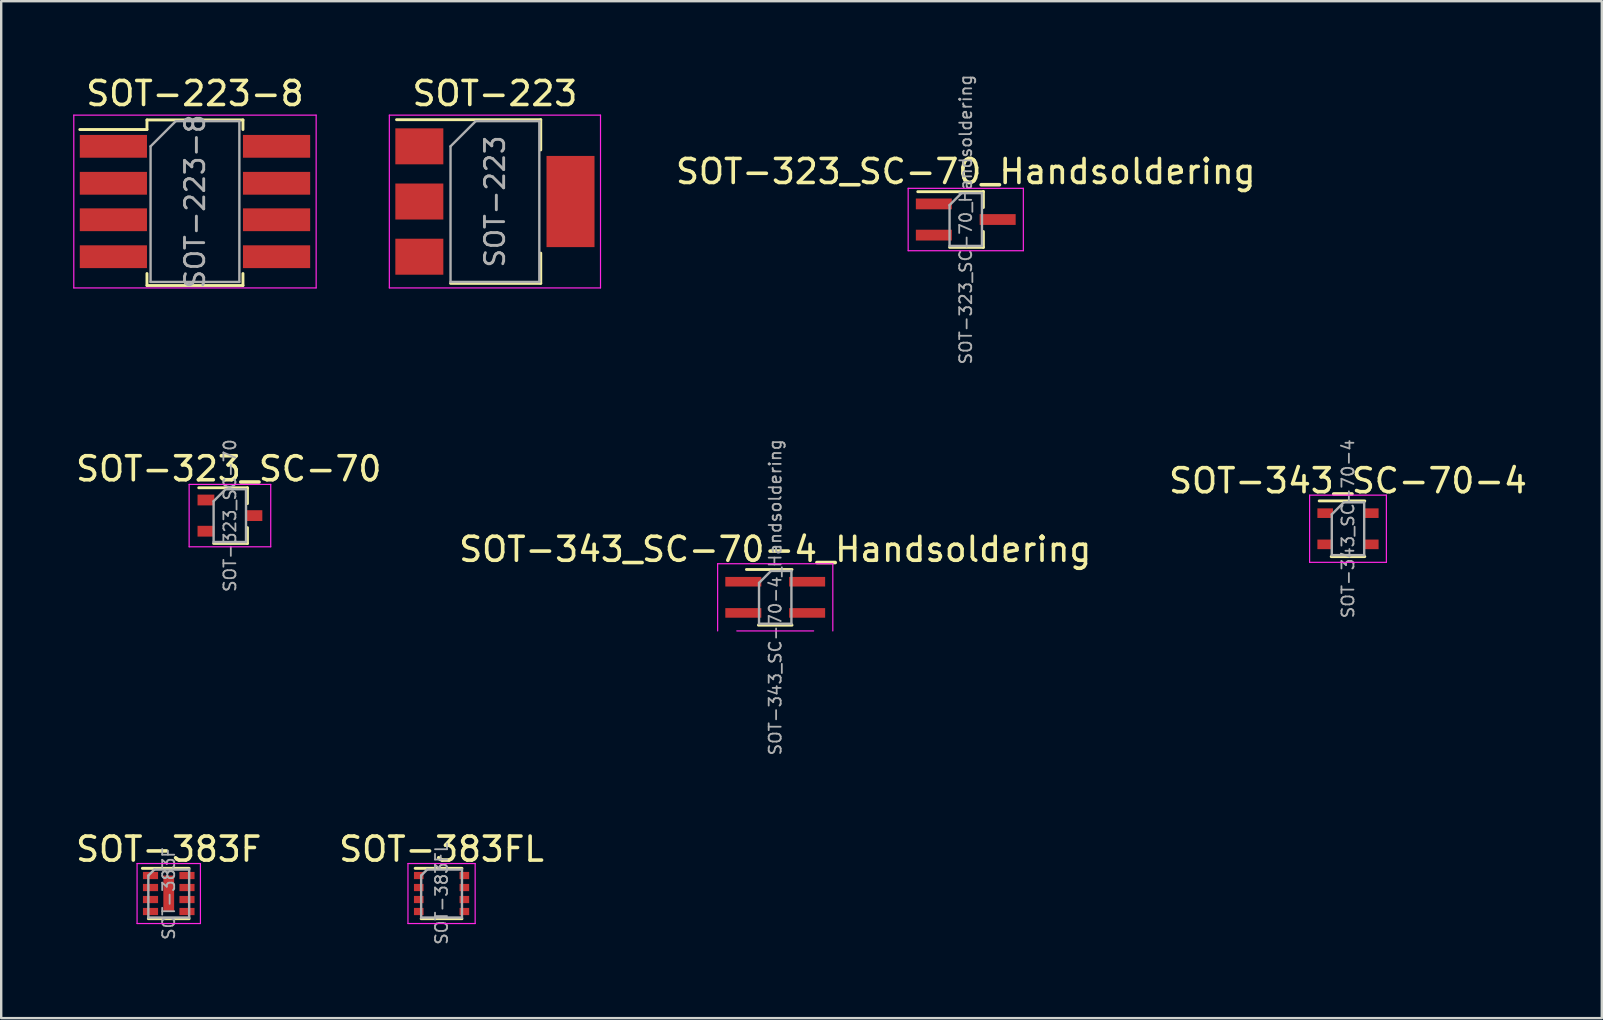
<source format=kicad_pcb>
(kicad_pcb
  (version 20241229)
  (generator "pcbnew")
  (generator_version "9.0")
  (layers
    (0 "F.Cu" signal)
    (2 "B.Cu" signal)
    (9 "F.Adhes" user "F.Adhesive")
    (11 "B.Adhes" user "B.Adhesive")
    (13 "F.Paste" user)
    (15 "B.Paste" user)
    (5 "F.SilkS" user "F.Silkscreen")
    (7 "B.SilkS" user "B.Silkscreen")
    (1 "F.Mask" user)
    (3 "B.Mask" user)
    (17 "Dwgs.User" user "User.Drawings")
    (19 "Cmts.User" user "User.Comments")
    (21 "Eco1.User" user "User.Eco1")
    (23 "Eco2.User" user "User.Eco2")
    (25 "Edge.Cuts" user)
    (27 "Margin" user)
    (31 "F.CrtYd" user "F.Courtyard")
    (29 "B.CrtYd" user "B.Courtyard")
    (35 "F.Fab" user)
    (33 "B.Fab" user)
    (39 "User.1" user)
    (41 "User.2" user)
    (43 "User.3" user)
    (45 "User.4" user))
  (footprint "SOT-343_SC-70-4_Handsoldering"
    (layer "F.Cu")
    (at 29.256 21.842)
    (property "Reference" "SOT-343_SC-70-4_Handsoldering" (at 0 -2 0) (layer "F.SilkS") (effects (font (size 1 1) (thickness 0.15))))
    (attr smd)
    (fp_line (start -0.7 1.16) (end 0.7 1.16) (stroke (width 0.12) (type solid)) (layer "F.SilkS"))
    (fp_line (start 0.7 -1.16) (end -1.2 -1.16) (stroke (width 0.12) (type solid)) (layer "F.SilkS"))
    (fp_line (start -2.4 -1.4) (end -2.4 1.4) (stroke (width 0.05) (type solid)) (layer "F.CrtYd"))
    (fp_line (start -2.4 -1.4) (end 2.4 -1.4) (stroke (width 0.05) (type solid)) (layer "F.CrtYd"))
    (fp_line (start -1.6 1.4) (end 1.6 1.4) (stroke (width 0.05) (type solid)) (layer "F.CrtYd"))
    (fp_line (start 2.4 1.4) (end 2.4 -1.4) (stroke (width 0.05) (type solid)) (layer "F.CrtYd"))
    (fp_line (start -0.675 -0.6) (end -0.675 1.1) (stroke (width 0.1) (type solid)) (layer "F.Fab"))
    (fp_line (start -0.175 -1.1) (end -0.675 -0.6) (stroke (width 0.1) (type solid)) (layer "F.Fab"))
    (fp_line (start 0.675 -1.1) (end -0.175 -1.1) (stroke (width 0.1) (type solid)) (layer "F.Fab"))
    (fp_line (start 0.675 -1.1) (end 0.675 1.1) (stroke (width 0.1) (type solid)) (layer "F.Fab"))
    (fp_line (start 0.675 1.1) (end -0.675 1.1) (stroke (width 0.1) (type solid)) (layer "F.Fab"))
    (fp_text user "${REFERENCE}" (at 0 0 90) (layer "F.Fab") (effects (font (size 0.5 0.5) (thickness 0.075))))
    (pad "1" smd rect (at -1.33 -0.65) (size 1.5 0.4) (layers "F.Cu" "F.Mask" "F.Paste"))
    (pad "2" smd rect (at -1.33 0.65) (size 1.5 0.4) (layers "F.Cu" "F.Mask" "F.Paste"))
    (pad "3" smd rect (at 1.33 0.65) (size 1.5 0.4) (layers "F.Cu" "F.Mask" "F.Paste"))
    (pad "4" smd rect (at 1.33 -0.65) (size 1.5 0.4) (layers "F.Cu" "F.Mask" "F.Paste")))
  (footprint "SOT-383F"
    (layer "F.Cu")
    (at 3.982 34.186)
    (property "Reference" "SOT-383F" (at 0 -1.85 0) (layer "F.SilkS") (effects (font (size 1 1) (thickness 0.15))))
    (attr smd)
    (fp_line (start -0.85 1.05) (end 0.85 1.05) (stroke (width 0.12) (type solid)) (layer "F.SilkS"))
    (fp_line (start 0.85 -1.05) (end -1.1 -1.05) (stroke (width 0.12) (type solid)) (layer "F.SilkS"))
    (fp_line (start -1.32 -1.25) (end -1.32 1.25) (stroke (width 0.05) (type solid)) (layer "F.CrtYd"))
    (fp_line (start -1.32 -1.25) (end 1.32 -1.25) (stroke (width 0.05) (type solid)) (layer "F.CrtYd"))
    (fp_line (start 1.32 1.25) (end -1.32 1.25) (stroke (width 0.05) (type solid)) (layer "F.CrtYd"))
    (fp_line (start 1.32 1.25) (end 1.32 -1.25) (stroke (width 0.05) (type solid)) (layer "F.CrtYd"))
    (fp_line (start -0.85 -0.75) (end -0.85 1) (stroke (width 0.1) (type solid)) (layer "F.Fab"))
    (fp_line (start -0.85 -0.75) (end -0.6 -1) (stroke (width 0.1) (type solid)) (layer "F.Fab"))
    (fp_line (start -0.85 1) (end 0.85 1) (stroke (width 0.1) (type solid)) (layer "F.Fab"))
    (fp_line (start -0.6 -1) (end 0.85 -1) (stroke (width 0.1) (type solid)) (layer "F.Fab"))
    (fp_line (start 0.85 1) (end 0.85 -1) (stroke (width 0.1) (type solid)) (layer "F.Fab"))
    (fp_text user "${REFERENCE}" (at 0 0 90) (layer "F.Fab") (effects (font (size 0.5 0.5) (thickness 0.075))))
    (pad "1" smd rect (at -0.76 -0.75) (size 0.63 0.3) (layers "F.Cu" "F.Mask" "F.Paste"))
    (pad "2" smd rect (at -0.76 -0.25) (size 0.63 0.3) (layers "F.Cu" "F.Mask" "F.Paste"))
    (pad "3" smd rect (at -0.76 0.25) (size 0.63 0.3) (layers "F.Cu" "F.Mask" "F.Paste"))
    (pad "4" smd rect (at -0.76 0.75) (size 0.63 0.3) (layers "F.Cu" "F.Mask" "F.Paste"))
    (pad "5" smd rect (at 0.76 0.75) (size 0.63 0.3) (layers "F.Cu" "F.Mask" "F.Paste"))
    (pad "6" smd rect (at 0.76 0.25) (size 0.63 0.3) (layers "F.Cu" "F.Mask" "F.Paste"))
    (pad "7" smd rect (at 0.76 -0.25) (size 0.63 0.3) (layers "F.Cu" "F.Mask" "F.Paste"))
    (pad "8" smd rect (at 0.76 -0.75) (size 0.63 0.3) (layers "F.Cu" "F.Mask" "F.Paste"))
    (pad "9" smd rect (at 0 0) (size 0.45 1.5) (layers "F.Cu" "F.Mask" "F.Paste")))
  (footprint "SOT-383FL"
    (layer "F.Cu")
    (at 15.351 34.186)
    (property "Reference" "SOT-383FL" (at 0 -1.85 0) (layer "F.SilkS") (effects (font (size 1 1) (thickness 0.15))))
    (attr smd)
    (fp_line (start -0.85 1.05) (end 0.85 1.05) (stroke (width 0.12) (type solid)) (layer "F.SilkS"))
    (fp_line (start 0.85 -1.05) (end -1.1 -1.05) (stroke (width 0.12) (type solid)) (layer "F.SilkS"))
    (fp_line (start -1.4 -1.25) (end -1.4 1.25) (stroke (width 0.05) (type solid)) (layer "F.CrtYd"))
    (fp_line (start -1.4 -1.25) (end 1.4 -1.25) (stroke (width 0.05) (type solid)) (layer "F.CrtYd"))
    (fp_line (start 1.4 1.25) (end -1.4 1.25) (stroke (width 0.05) (type solid)) (layer "F.CrtYd"))
    (fp_line (start 1.4 1.25) (end 1.4 -1.25) (stroke (width 0.05) (type solid)) (layer "F.CrtYd"))
    (fp_line (start -0.85 -0.75) (end -0.85 1) (stroke (width 0.1) (type solid)) (layer "F.Fab"))
    (fp_line (start -0.85 -0.75) (end -0.6 -1) (stroke (width 0.1) (type solid)) (layer "F.Fab"))
    (fp_line (start -0.85 1) (end 0.85 1) (stroke (width 0.1) (type solid)) (layer "F.Fab"))
    (fp_line (start -0.6 -1) (end 0.85 -1) (stroke (width 0.1) (type solid)) (layer "F.Fab"))
    (fp_line (start 0.85 1) (end 0.85 -1) (stroke (width 0.1) (type solid)) (layer "F.Fab"))
    (fp_text user "${REFERENCE}" (at 0 0 90) (layer "F.Fab") (effects (font (size 0.5 0.5) (thickness 0.075))))
    (pad "1" smd rect (at -0.95 -0.75) (size 0.4 0.3) (layers "F.Cu" "F.Mask" "F.Paste"))
    (pad "2" smd rect (at -0.95 -0.25) (size 0.4 0.3) (layers "F.Cu" "F.Mask" "F.Paste"))
    (pad "3" smd rect (at -0.95 0.25) (size 0.4 0.3) (layers "F.Cu" "F.Mask" "F.Paste"))
    (pad "4" smd rect (at -0.95 0.75) (size 0.4 0.3) (layers "F.Cu" "F.Mask" "F.Paste"))
    (pad "5" smd rect (at 0.95 0.75) (size 0.4 0.3) (layers "F.Cu" "F.Mask" "F.Paste"))
    (pad "6" smd rect (at 0.95 0.25) (size 0.4 0.3) (layers "F.Cu" "F.Mask" "F.Paste"))
    (pad "7" smd rect (at 0.95 -0.25) (size 0.4 0.3) (layers "F.Cu" "F.Mask" "F.Paste"))
    (pad "8" smd rect (at 0.95 -0.75) (size 0.4 0.3) (layers "F.Cu" "F.Mask" "F.Paste")))
  (footprint "SOT-323_SC-70_Handsoldering"
    (layer "F.Cu")
    (at 37.196 6.098)
    (property "Reference" "SOT-323_SC-70_Handsoldering" (at 0 -2 0) (layer "F.SilkS") (effects (font (size 1 1) (thickness 0.15))))
    (attr smd)
    (fp_line (start -0.675 1.16) (end 0.735 1.16) (stroke (width 0.12) (type solid)) (layer "F.SilkS"))
    (fp_line (start 0.735 -1.17) (end 0.735 -0.5) (stroke (width 0.12) (type solid)) (layer "F.SilkS"))
    (fp_line (start 0.735 -1.16) (end -2 -1.16) (stroke (width 0.12) (type solid)) (layer "F.SilkS"))
    (fp_line (start 0.735 0.5) (end 0.735 1.16) (stroke (width 0.12) (type solid)) (layer "F.SilkS"))
    (fp_line (start -2.4 -1.3) (end 2.4 -1.3) (stroke (width 0.05) (type solid)) (layer "F.CrtYd"))
    (fp_line (start -2.4 1.3) (end -2.4 -1.3) (stroke (width 0.05) (type solid)) (layer "F.CrtYd"))
    (fp_line (start 2.4 -1.3) (end 2.4 1.3) (stroke (width 0.05) (type solid)) (layer "F.CrtYd"))
    (fp_line (start 2.4 1.3) (end -2.4 1.3) (stroke (width 0.05) (type solid)) (layer "F.CrtYd"))
    (fp_line (start -0.675 -0.6) (end -0.675 1.1) (stroke (width 0.1) (type solid)) (layer "F.Fab"))
    (fp_line (start -0.175 -1.1) (end -0.675 -0.6) (stroke (width 0.1) (type solid)) (layer "F.Fab"))
    (fp_line (start 0.675 -1.1) (end -0.175 -1.1) (stroke (width 0.1) (type solid)) (layer "F.Fab"))
    (fp_line (start 0.675 -1.1) (end 0.675 1.1) (stroke (width 0.1) (type solid)) (layer "F.Fab"))
    (fp_line (start 0.675 1.1) (end -0.675 1.1) (stroke (width 0.1) (type solid)) (layer "F.Fab"))
    (fp_text user "${REFERENCE}" (at 0 0 90) (layer "F.Fab") (effects (font (size 0.5 0.5) (thickness 0.075))))
    (pad "1" smd rect (at -1.33 -0.65 270) (size 0.45 1.5) (layers "F.Cu" "F.Mask" "F.Paste"))
    (pad "2" smd rect (at -1.33 0.65 270) (size 0.45 1.5) (layers "F.Cu" "F.Mask" "F.Paste"))
    (pad "3" smd rect (at 1.33 0 270) (size 0.45 1.5) (layers "F.Cu" "F.Mask" "F.Paste")))
  (footprint "SOT-323_SC-70"
    (layer "F.Cu")
    (at 6.532 18.437)
    (property "Reference" "SOT-323_SC-70" (at -0.05 -1.95 0) (layer "F.SilkS") (effects (font (size 1 1) (thickness 0.15))))
    (attr smd)
    (fp_line (start -0.68 1.16) (end 0.73 1.16) (stroke (width 0.12) (type solid)) (layer "F.SilkS"))
    (fp_line (start 0.73 -1.16) (end -1.3 -1.16) (stroke (width 0.12) (type solid)) (layer "F.SilkS"))
    (fp_line (start 0.73 -1.16) (end 0.73 -0.5) (stroke (width 0.12) (type solid)) (layer "F.SilkS"))
    (fp_line (start 0.73 0.5) (end 0.73 1.16) (stroke (width 0.12) (type solid)) (layer "F.SilkS"))
    (fp_line (start -1.7 -1.3) (end 1.7 -1.3) (stroke (width 0.05) (type solid)) (layer "F.CrtYd"))
    (fp_line (start -1.7 1.3) (end -1.7 -1.3) (stroke (width 0.05) (type solid)) (layer "F.CrtYd"))
    (fp_line (start 1.7 -1.3) (end 1.7 1.3) (stroke (width 0.05) (type solid)) (layer "F.CrtYd"))
    (fp_line (start 1.7 1.3) (end -1.7 1.3) (stroke (width 0.05) (type solid)) (layer "F.CrtYd"))
    (fp_line (start -0.68 -0.6) (end -0.68 1.1) (stroke (width 0.1) (type solid)) (layer "F.Fab"))
    (fp_line (start -0.18 -1.1) (end -0.68 -0.6) (stroke (width 0.1) (type solid)) (layer "F.Fab"))
    (fp_line (start 0.67 -1.1) (end -0.18 -1.1) (stroke (width 0.1) (type solid)) (layer "F.Fab"))
    (fp_line (start 0.67 -1.1) (end 0.67 1.1) (stroke (width 0.1) (type solid)) (layer "F.Fab"))
    (fp_line (start 0.67 1.1) (end -0.68 1.1) (stroke (width 0.1) (type solid)) (layer "F.Fab"))
    (fp_text user "${REFERENCE}" (at 0 0 90) (layer "F.Fab") (effects (font (size 0.5 0.5) (thickness 0.075))))
    (pad "1" smd rect (at -1 -0.65 270) (size 0.45 0.7) (layers "F.Cu" "F.Mask" "F.Paste"))
    (pad "2" smd rect (at -1 0.65 270) (size 0.45 0.7) (layers "F.Cu" "F.Mask" "F.Paste"))
    (pad "3" smd rect (at 1 0 270) (size 0.45 0.7) (layers "F.Cu" "F.Mask" "F.Paste")))
  (footprint "SOT-343_SC-70-4"
    (layer "F.Cu")
    (at 53.125 18.985)
    (property "Reference" "SOT-343_SC-70-4" (at 0 -2 0) (layer "F.SilkS") (effects (font (size 1 1) (thickness 0.15))))
    (attr smd)
    (fp_line (start -0.7 1.16) (end 0.7 1.16) (stroke (width 0.12) (type solid)) (layer "F.SilkS"))
    (fp_line (start 0.7 -1.16) (end -1.2 -1.16) (stroke (width 0.12) (type solid)) (layer "F.SilkS"))
    (fp_line (start -1.6 -1.4) (end -1.6 1.4) (stroke (width 0.05) (type solid)) (layer "F.CrtYd"))
    (fp_line (start -1.6 -1.4) (end 1.6 -1.4) (stroke (width 0.05) (type solid)) (layer "F.CrtYd"))
    (fp_line (start -1.6 1.4) (end 1.6 1.4) (stroke (width 0.05) (type solid)) (layer "F.CrtYd"))
    (fp_line (start 1.6 1.4) (end 1.6 -1.4) (stroke (width 0.05) (type solid)) (layer "F.CrtYd"))
    (fp_line (start -0.675 -0.6) (end -0.675 1.1) (stroke (width 0.1) (type solid)) (layer "F.Fab"))
    (fp_line (start -0.175 -1.1) (end -0.675 -0.6) (stroke (width 0.1) (type solid)) (layer "F.Fab"))
    (fp_line (start 0.675 -1.1) (end -0.175 -1.1) (stroke (width 0.1) (type solid)) (layer "F.Fab"))
    (fp_line (start 0.675 -1.1) (end 0.675 1.1) (stroke (width 0.1) (type solid)) (layer "F.Fab"))
    (fp_line (start 0.675 1.1) (end -0.675 1.1) (stroke (width 0.1) (type solid)) (layer "F.Fab"))
    (fp_text user "${REFERENCE}" (at 0 0 90) (layer "F.Fab") (effects (font (size 0.5 0.5) (thickness 0.075))))
    (pad "1" smd rect (at -0.95 -0.65) (size 0.65 0.4) (layers "F.Cu" "F.Mask" "F.Paste"))
    (pad "2" smd rect (at -0.95 0.65) (size 0.65 0.4) (layers "F.Cu" "F.Mask" "F.Paste"))
    (pad "3" smd rect (at 0.95 0.65) (size 0.65 0.4) (layers "F.Cu" "F.Mask" "F.Paste"))
    (pad "4" smd rect (at 0.95 -0.65) (size 0.65 0.4) (layers "F.Cu" "F.Mask" "F.Paste")))
  (footprint "SOT-223-8"
    (layer "F.Cu")
    (at 5.075 5.348)
    (property "Reference" "SOT-223-8" (at 0 -4.5 0) (layer "F.SilkS") (effects (font (size 1 1) (thickness 0.15))))
    (attr smd)
    (fp_line (start -4.8 -3) (end -2 -3) (stroke (width 0.12) (type solid)) (layer "F.SilkS"))
    (fp_line (start -2 -3.4) (end 2 -3.4) (stroke (width 0.12) (type solid)) (layer "F.SilkS"))
    (fp_line (start -2 -3) (end -2 -3.4) (stroke (width 0.12) (type solid)) (layer "F.SilkS"))
    (fp_line (start -2 3.5) (end -2 3) (stroke (width 0.12) (type solid)) (layer "F.SilkS"))
    (fp_line (start 2 -3.4) (end 2 -3) (stroke (width 0.12) (type solid)) (layer "F.SilkS"))
    (fp_line (start 2 3) (end 2 3.5) (stroke (width 0.12) (type solid)) (layer "F.SilkS"))
    (fp_line (start 2 3.5) (end -2 3.5) (stroke (width 0.12) (type solid)) (layer "F.SilkS"))
    (fp_line (start -5.05 -3.6) (end -5.05 3.6) (stroke (width 0.05) (type solid)) (layer "F.CrtYd"))
    (fp_line (start -5.05 -3.6) (end 5.05 -3.6) (stroke (width 0.05) (type solid)) (layer "F.CrtYd"))
    (fp_line (start 5.05 3.6) (end -5.05 3.6) (stroke (width 0.05) (type solid)) (layer "F.CrtYd"))
    (fp_line (start 5.05 3.6) (end 5.05 -3.6) (stroke (width 0.05) (type solid)) (layer "F.CrtYd"))
    (fp_line (start -1.85 -2.3) (end -1.85 3.35) (stroke (width 0.1) (type solid)) (layer "F.Fab"))
    (fp_line (start -1.85 -2.3) (end -0.8 -3.35) (stroke (width 0.1) (type solid)) (layer "F.Fab"))
    (fp_line (start -1.85 3.35) (end 1.85 3.35) (stroke (width 0.1) (type solid)) (layer "F.Fab"))
    (fp_line (start -0.8 -3.35) (end 1.85 -3.35) (stroke (width 0.1) (type solid)) (layer "F.Fab"))
    (fp_line (start 1.85 -3.35) (end 1.85 3.35) (stroke (width 0.1) (type solid)) (layer "F.Fab"))
    (fp_text user "${REFERENCE}" (at 0 0 90) (layer "F.Fab") (effects (font (size 0.8 0.8) (thickness 0.12))))
    (pad "1" smd rect (at -3.4 -2.3) (size 2.8 0.95) (layers "F.Cu" "F.Mask" "F.Paste"))
    (pad "2" smd rect (at -3.4 -0.76) (size 2.8 0.95) (layers "F.Cu" "F.Mask" "F.Paste"))
    (pad "3" smd rect (at -3.4 0.76) (size 2.8 0.95) (layers "F.Cu" "F.Mask" "F.Paste"))
    (pad "4" smd rect (at -3.4 2.3) (size 2.8 0.95) (layers "F.Cu" "F.Mask" "F.Paste"))
    (pad "5" smd rect (at 3.4 2.3) (size 2.8 0.95) (layers "F.Cu" "F.Mask" "F.Paste"))
    (pad "6" smd rect (at 3.4 0.76) (size 2.8 0.95) (layers "F.Cu" "F.Mask" "F.Paste"))
    (pad "7" smd rect (at 3.4 -0.76) (size 2.8 0.95) (layers "F.Cu" "F.Mask" "F.Paste"))
    (pad "8" smd rect (at 3.4 -2.3) (size 2.8 0.95) (layers "F.Cu" "F.Mask" "F.Paste")))
  (footprint "SOT-223"
    (layer "F.Cu")
    (at 17.575 5.348)
    (property "Reference" "SOT-223" (at 0 -4.5 0) (layer "F.SilkS") (effects (font (size 1 1) (thickness 0.15))))
    (attr smd)
    (fp_line (start -4.1 -3.41) (end 1.91 -3.41) (stroke (width 0.12) (type solid)) (layer "F.SilkS"))
    (fp_line (start -1.85 3.41) (end 1.91 3.41) (stroke (width 0.12) (type solid)) (layer "F.SilkS"))
    (fp_line (start 1.91 -3.41) (end 1.91 -2.15) (stroke (width 0.12) (type solid)) (layer "F.SilkS"))
    (fp_line (start 1.91 3.41) (end 1.91 2.15) (stroke (width 0.12) (type solid)) (layer "F.SilkS"))
    (fp_line (start -4.4 -3.6) (end -4.4 3.6) (stroke (width 0.05) (type solid)) (layer "F.CrtYd"))
    (fp_line (start -4.4 3.6) (end 4.4 3.6) (stroke (width 0.05) (type solid)) (layer "F.CrtYd"))
    (fp_line (start 4.4 -3.6) (end -4.4 -3.6) (stroke (width 0.05) (type solid)) (layer "F.CrtYd"))
    (fp_line (start 4.4 3.6) (end 4.4 -3.6) (stroke (width 0.05) (type solid)) (layer "F.CrtYd"))
    (fp_line (start -1.85 -2.3) (end -1.85 3.35) (stroke (width 0.1) (type solid)) (layer "F.Fab"))
    (fp_line (start -1.85 -2.3) (end -0.8 -3.35) (stroke (width 0.1) (type solid)) (layer "F.Fab"))
    (fp_line (start -1.85 3.35) (end 1.85 3.35) (stroke (width 0.1) (type solid)) (layer "F.Fab"))
    (fp_line (start -0.8 -3.35) (end 1.85 -3.35) (stroke (width 0.1) (type solid)) (layer "F.Fab"))
    (fp_line (start 1.85 -3.35) (end 1.85 3.35) (stroke (width 0.1) (type solid)) (layer "F.Fab"))
    (fp_text user "${REFERENCE}" (at 0 0 90) (layer "F.Fab") (effects (font (size 0.8 0.8) (thickness 0.12))))
    (pad "1" smd rect (at -3.15 -2.3) (size 2 1.5) (layers "F.Cu" "F.Mask" "F.Paste"))
    (pad "2" smd rect (at -3.15 0) (size 2 1.5) (layers "F.Cu" "F.Mask" "F.Paste"))
    (pad "3" smd rect (at -3.15 2.3) (size 2 1.5) (layers "F.Cu" "F.Mask" "F.Paste"))
    (pad "4" smd rect (at 3.15 0) (size 2 3.8) (layers "F.Cu" "F.Mask" "F.Paste")))
  (gr_rect
    (start -3 -3)
    (end 63.702 39.38)
    (stroke (width 0.1) (type default))
    (fill no)
    (layer "Edge.Cuts")))
</source>
